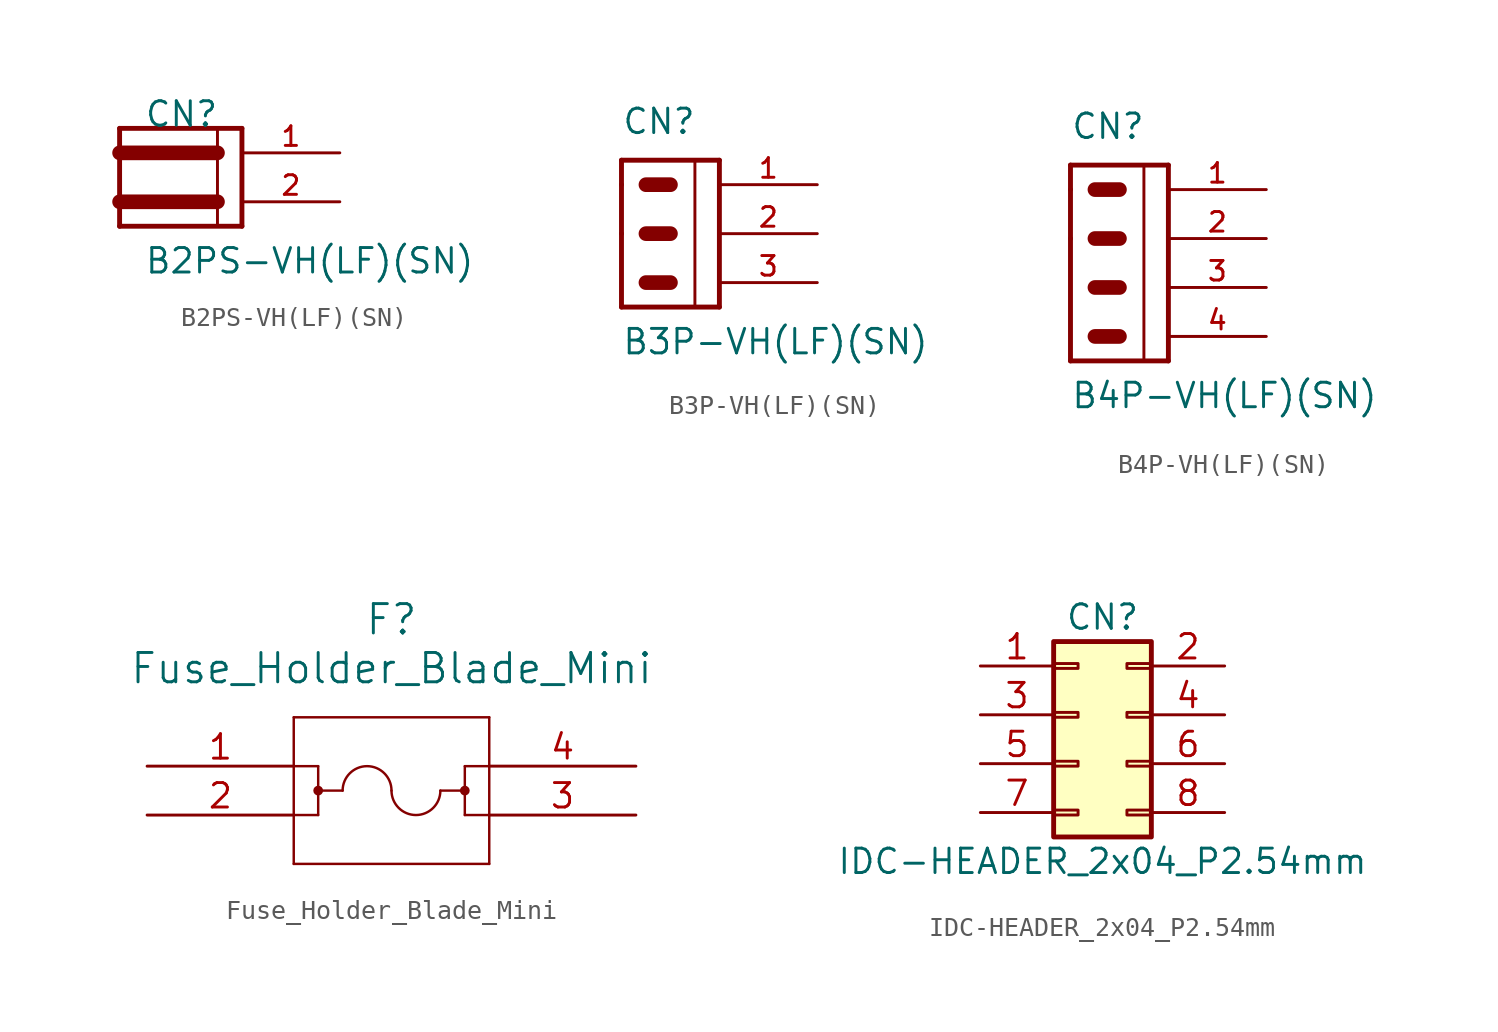
<source format=kicad_sym>
(kicad_symbol_lib
  (version 20241209)
  (generator "kicad_symbol_editor")
  (generator_version "9.0")
  (symbol "B2PS-VH(LF)(SN)"
    (pin_names
      (offset 1.016)
      (hide yes))
    (property "Reference" "CN"
      (at -2.54 2.54 0)
      (effects (font (size 1.27 1.27)) (justify left bottom)))
    (property "Value" "B2PS-VH(LF)(SN)"
      (at -2.54 -5.08 0)
      (effects (font (size 1.27 1.27)) (justify left bottom)))
    (symbol "B2PS-VH(LF)(SN)_0_0"
      (polyline (pts (xy -3.81 2.54) (xy -3.81 1.27)) (stroke (width 0.254) (type default)) (fill (type none)))
      (polyline (pts (xy -3.81 1.27) (xy -3.81 -1.27)) (stroke (width 0.254) (type default)) (fill (type none)))
      (polyline (pts (xy -3.81 1.27) (xy 1.27 1.27)) (stroke (width 0.762) (type default)) (fill (type none)))
      (polyline (pts (xy -3.81 -1.27) (xy -3.81 -2.54)) (stroke (width 0.254) (type default)) (fill (type none)))
      (polyline (pts (xy -3.81 -1.27) (xy 1.27 -1.27)) (stroke (width 0.762) (type default)) (fill (type none)))
      (polyline (pts (xy -3.81 -2.54) (xy 2.54 -2.54)) (stroke (width 0.254) (type default)) (fill (type none)))
      (polyline (pts (xy 2.54 2.54) (xy -3.81 2.54)) (stroke (width 0.254) (type default)) (fill (type none)))
      (polyline (pts (xy 2.54 -2.54) (xy 2.54 2.54)) (stroke (width 0.254) (type default)) (fill (type none)))
      (pin passive line (at 7.62 1.27 180) (length 5.08) (name "1" (effects (font (size 1.016 1.016)))) (number "1" (effects (font (size 1.016 1.016)))))
      (pin passive line (at 7.62 -1.27 180) (length 5.08) (name "2" (effects (font (size 1.016 1.016)))) (number "2" (effects (font (size 1.016 1.016))))))
    (symbol "B2PS-VH(LF)(SN)_0_1"
      (polyline (pts (xy 1.27 2.54) (xy 1.27 -2.54)) (stroke (width 0) (type default)) (fill (type none)))))
  (symbol "B3P-VH(LF)(SN)"
    (pin_names
      (offset 1.016)
      (hide yes))
    (property "Reference" "CN"
      (at -2.54 3.81 0)
      (effects (font (size 1.27 1.27)) (justify left bottom)))
    (property "Value" "B3P-VH(LF)(SN)"
      (at -2.54 -7.62 0)
      (effects (font (size 1.27 1.27)) (justify left bottom)))
    (symbol "B3P-VH(LF)(SN)_0_0"
      (polyline (pts (xy -2.54 2.54) (xy -2.54 1.27)) (stroke (width 0.254) (type default)) (fill (type none)))
      (polyline (pts (xy -2.54 1.27) (xy -2.54 -1.27)) (stroke (width 0.254) (type default)) (fill (type none)))
      (polyline (pts (xy -2.54 -1.27) (xy -2.54 -5.08)) (stroke (width 0.254) (type default)) (fill (type none)))
      (polyline (pts (xy -2.54 -5.08) (xy -1.27 -5.08) (xy 2.54 -5.08)) (stroke (width 0.254) (type default)) (fill (type none)))
      (polyline (pts (xy -1.27 1.27) (xy 0 1.27)) (stroke (width 0.762) (type default)) (fill (type none)))
      (polyline (pts (xy -1.27 -1.27) (xy 0 -1.27)) (stroke (width 0.762) (type default)) (fill (type none)))
      (polyline (pts (xy 2.54 2.54) (xy -2.54 2.54)) (stroke (width 0.254) (type default)) (fill (type none)))
      (polyline (pts (xy 2.54 -5.08) (xy 2.54 2.54)) (stroke (width 0.254) (type default)) (fill (type none)))
      (pin passive line (at 7.62 1.27 180) (length 5.08) (name "1" (effects (font (size 1.016 1.016)))) (number "1" (effects (font (size 1.016 1.016)))))
      (pin passive line (at 7.62 -1.27 180) (length 5.08) (name "2" (effects (font (size 1.016 1.016)))) (number "2" (effects (font (size 1.016 1.016))))))
    (symbol "B3P-VH(LF)(SN)_0_1"
      (polyline (pts (xy 0 -3.81) (xy -1.27 -3.81)) (stroke (width 0.762) (type default)) (fill (type none)))
      (polyline (pts (xy 1.27 2.54) (xy 1.27 -5.08)) (stroke (width 0) (type default)) (fill (type none))))
    (symbol "B3P-VH(LF)(SN)_1_1"
      (pin passive line (at 7.62 -3.81 180) (length 5.08) (name "3" (effects (font (size 1.016 1.016)))) (number "3" (effects (font (size 1.016 1.016)))))))
  (symbol "B4P-VH(LF)(SN)"
    (pin_names
      (offset 1.016)
      (hide yes))
    (property "Reference" "CN"
      (at -2.54 3.81 0)
      (effects (font (size 1.27 1.27)) (justify left bottom)))
    (property "Value" "B4P-VH(LF)(SN)"
      (at -2.54 -10.16 0)
      (effects (font (size 1.27 1.27)) (justify left bottom)))
    (symbol "B4P-VH(LF)(SN)_0_0"
      (polyline (pts (xy -2.54 2.54) (xy -2.54 1.27)) (stroke (width 0.254) (type default)) (fill (type none)))
      (polyline (pts (xy -2.54 1.27) (xy -2.54 -1.27)) (stroke (width 0.254) (type default)) (fill (type none)))
      (polyline (pts (xy -2.54 -1.27) (xy -2.54 -7.62)) (stroke (width 0.254) (type default)) (fill (type none)))
      (polyline (pts (xy -2.54 -7.62) (xy -1.27 -7.62) (xy 2.54 -7.62)) (stroke (width 0.254) (type default)) (fill (type none)))
      (polyline (pts (xy -1.27 1.27) (xy 0 1.27)) (stroke (width 0.762) (type default)) (fill (type none)))
      (polyline (pts (xy -1.27 -1.27) (xy 0 -1.27)) (stroke (width 0.762) (type default)) (fill (type none)))
      (polyline (pts (xy 2.54 2.54) (xy -2.54 2.54)) (stroke (width 0.254) (type default)) (fill (type none)))
      (polyline (pts (xy 2.54 -7.62) (xy 2.54 2.54)) (stroke (width 0.254) (type default)) (fill (type none)))
      (pin passive line (at 7.62 1.27 180) (length 5.08) (name "1" (effects (font (size 1.016 1.016)))) (number "1" (effects (font (size 1.016 1.016)))))
      (pin passive line (at 7.62 -1.27 180) (length 5.08) (name "2" (effects (font (size 1.016 1.016)))) (number "2" (effects (font (size 1.016 1.016))))))
    (symbol "B4P-VH(LF)(SN)_0_1"
      (polyline (pts (xy 0 -3.81) (xy -1.27 -3.81)) (stroke (width 0.762) (type default)) (fill (type none)))
      (polyline (pts (xy 0 -6.35) (xy -1.27 -6.35)) (stroke (width 0.762) (type default)) (fill (type none)))
      (polyline (pts (xy 1.27 2.54) (xy 1.27 -7.62)) (stroke (width 0) (type default)) (fill (type none))))
    (symbol "B4P-VH(LF)(SN)_1_1"
      (pin passive line (at 7.62 -3.81 180) (length 5.08) (name "3" (effects (font (size 1.016 1.016)))) (number "3" (effects (font (size 1.016 1.016)))))
      (pin passive line (at 7.62 -6.35 180) (length 5.08) (name "4" (effects (font (size 1.016 1.016)))) (number "4" (effects (font (size 1.016 1.016)))))))
  (symbol "Fuse_Holder_Blade_Mini"
    (pin_names
      (offset 0.254)
      (hide yes))
    (property "Reference" "F"
      (at 12.7 7.62 0)
      (effects (font (size 1.524 1.524))))
    (property "Value" "Fuse_Holder_Blade_Mini"
      (at 12.7 5.08 0)
      (effects (font (size 1.524 1.524))))
    (symbol "Fuse_Holder_Blade_Mini_0_1"
      (polyline (pts (xy 7.62 2.54) (xy 7.62 -5.08)) (stroke (width 0.127) (type default)) (fill (type none)))
      (polyline (pts (xy 7.62 0) (xy 8.89 0)) (stroke (width 0.127) (type default)) (fill (type none)))
      (polyline (pts (xy 7.62 -2.54) (xy 8.89 -2.54)) (stroke (width 0.127) (type default)) (fill (type none)))
      (polyline (pts (xy 7.62 -5.08) (xy 17.78 -5.08)) (stroke (width 0.127) (type default)) (fill (type none)))
      (polyline (pts (xy 8.89 0) (xy 8.89 -2.54)) (stroke (width 0.127) (type default)) (fill (type none)))
      (polyline (pts (xy 8.89 -1.27) (xy 10.16 -1.27)) (stroke (width 0.127) (type default)) (fill (type none)))
      (circle (center 8.89 -1.27) (radius 0.127) (stroke (width 0.254) (type default)) (fill (type none)))
      (arc (start 10.16 -1.27) (mid 11.43 -0.0055) (end 12.7 -1.27) (stroke (width 0.127) (type default)) (fill (type none)))
      (arc (start 15.24 -1.27) (mid 13.97 -2.5345) (end 12.7 -1.27) (stroke (width 0.127) (type default)) (fill (type none)))
      (polyline (pts (xy 15.24 -1.27) (xy 16.51 -1.27)) (stroke (width 0.127) (type default)) (fill (type none)))
      (polyline (pts (xy 16.51 0) (xy 17.78 0)) (stroke (width 0.127) (type default)) (fill (type none)))
      (circle (center 16.51 -1.27) (radius 0.127) (stroke (width 0.254) (type default)) (fill (type none)))
      (polyline (pts (xy 16.51 -2.54) (xy 16.51 0)) (stroke (width 0.127) (type default)) (fill (type none)))
      (polyline (pts (xy 17.78 2.54) (xy 7.62 2.54)) (stroke (width 0.127) (type default)) (fill (type none)))
      (polyline (pts (xy 17.78 -2.54) (xy 16.51 -2.54)) (stroke (width 0.127) (type default)) (fill (type none)))
      (polyline (pts (xy 17.78 -5.08) (xy 17.78 2.54)) (stroke (width 0.127) (type default)) (fill (type none)))
      (pin passive line (at 0 0 0) (length 7.62) (name "1" (effects (font (size 1.27 1.27)))) (number "1" (effects (font (size 1.27 1.27)))))
      (pin passive line (at 0 -2.54 0) (length 7.62) (name "2" (effects (font (size 1.27 1.27)))) (number "2" (effects (font (size 1.27 1.27)))))
      (pin passive line (at 25.4 0 180) (length 7.62) (name "4" (effects (font (size 1.27 1.27)))) (number "4" (effects (font (size 1.27 1.27)))))
      (pin passive line (at 25.4 -2.54 180) (length 7.62) (name "3" (effects (font (size 1.27 1.27)))) (number "3" (effects (font (size 1.27 1.27)))))))
  (symbol "IDC-HEADER_2x04_P2.54mm"
    (pin_names
      (offset 1.016)
      (hide yes))
    (property "Reference" "CN"
      (at 1.27 5.08 0)
      (effects (font (size 1.27 1.27))))
    (property "Value" "IDC-HEADER_2x04_P2.54mm"
      (at 1.27 -7.62 0)
      (effects (font (size 1.27 1.27))))
    (symbol "IDC-HEADER_2x04_P2.54mm_1_1"
      (rectangle (start -1.27 3.81) (end 3.81 -6.35) (stroke (width 0.254) (type default)) (fill (type background)))
      (rectangle (start -1.27 2.667) (end 0 2.413) (stroke (width 0.152) (type default)) (fill (type none)))
      (rectangle (start -1.27 0.127) (end 0 -0.127) (stroke (width 0.152) (type default)) (fill (type none)))
      (rectangle (start -1.27 -2.413) (end 0 -2.667) (stroke (width 0.152) (type default)) (fill (type none)))
      (rectangle (start -1.27 -4.953) (end 0 -5.207) (stroke (width 0.152) (type default)) (fill (type none)))
      (rectangle (start 3.81 2.667) (end 2.54 2.413) (stroke (width 0.152) (type default)) (fill (type none)))
      (rectangle (start 3.81 0.127) (end 2.54 -0.127) (stroke (width 0.152) (type default)) (fill (type none)))
      (rectangle (start 3.81 -2.413) (end 2.54 -2.667) (stroke (width 0.152) (type default)) (fill (type none)))
      (rectangle (start 3.81 -4.953) (end 2.54 -5.207) (stroke (width 0.152) (type default)) (fill (type none)))
      (pin passive line (at -5.08 2.54 0) (length 3.81) (name "Pin_1" (effects (font (size 1.27 1.27)))) (number "1" (effects (font (size 1.27 1.27)))))
      (pin passive line (at -5.08 0 0) (length 3.81) (name "Pin_3" (effects (font (size 1.27 1.27)))) (number "3" (effects (font (size 1.27 1.27)))))
      (pin passive line (at -5.08 -2.54 0) (length 3.81) (name "Pin_5" (effects (font (size 1.27 1.27)))) (number "5" (effects (font (size 1.27 1.27)))))
      (pin passive line (at -5.08 -5.08 0) (length 3.81) (name "Pin_7" (effects (font (size 1.27 1.27)))) (number "7" (effects (font (size 1.27 1.27)))))
      (pin passive line (at 7.62 2.54 180) (length 3.81) (name "Pin_2" (effects (font (size 1.27 1.27)))) (number "2" (effects (font (size 1.27 1.27)))))
      (pin passive line (at 7.62 0 180) (length 3.81) (name "Pin_4" (effects (font (size 1.27 1.27)))) (number "4" (effects (font (size 1.27 1.27)))))
      (pin passive line (at 7.62 -2.54 180) (length 3.81) (name "Pin_6" (effects (font (size 1.27 1.27)))) (number "6" (effects (font (size 1.27 1.27)))))
      (pin passive line (at 7.62 -5.08 180) (length 3.81) (name "Pin_8" (effects (font (size 1.27 1.27)))) (number "8" (effects (font (size 1.27 1.27))))))))
</source>
